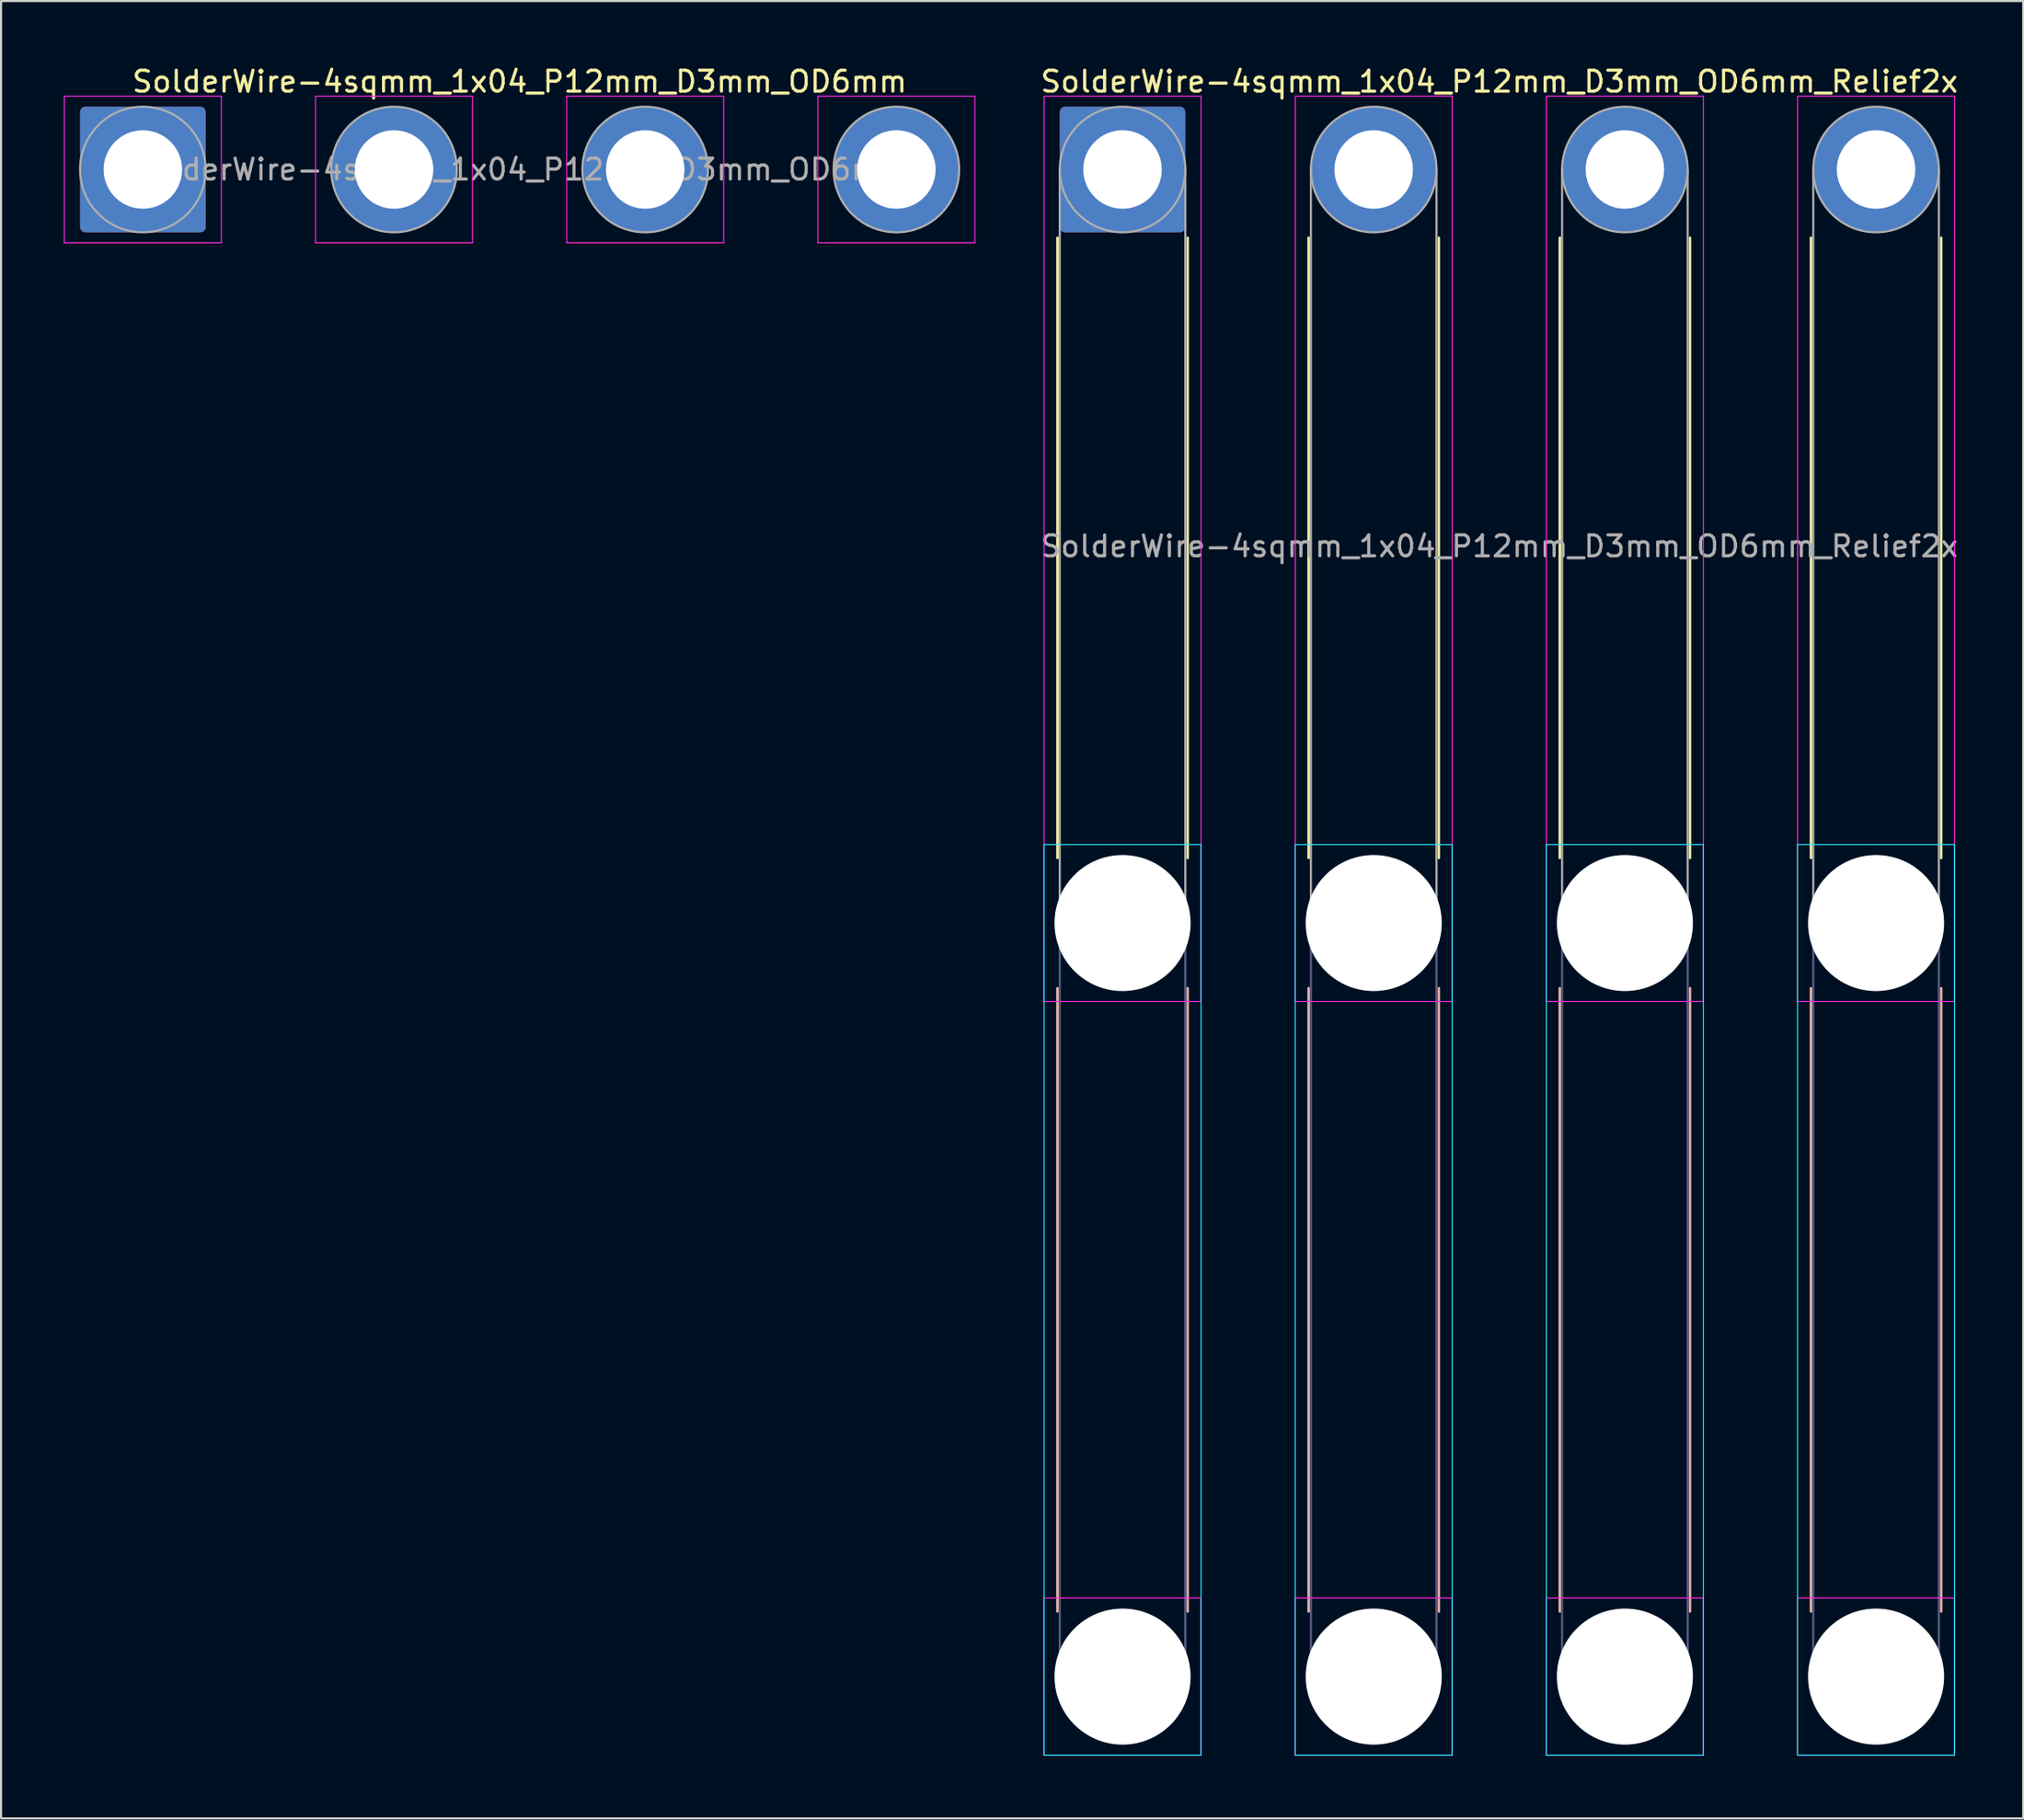
<source format=kicad_pcb>
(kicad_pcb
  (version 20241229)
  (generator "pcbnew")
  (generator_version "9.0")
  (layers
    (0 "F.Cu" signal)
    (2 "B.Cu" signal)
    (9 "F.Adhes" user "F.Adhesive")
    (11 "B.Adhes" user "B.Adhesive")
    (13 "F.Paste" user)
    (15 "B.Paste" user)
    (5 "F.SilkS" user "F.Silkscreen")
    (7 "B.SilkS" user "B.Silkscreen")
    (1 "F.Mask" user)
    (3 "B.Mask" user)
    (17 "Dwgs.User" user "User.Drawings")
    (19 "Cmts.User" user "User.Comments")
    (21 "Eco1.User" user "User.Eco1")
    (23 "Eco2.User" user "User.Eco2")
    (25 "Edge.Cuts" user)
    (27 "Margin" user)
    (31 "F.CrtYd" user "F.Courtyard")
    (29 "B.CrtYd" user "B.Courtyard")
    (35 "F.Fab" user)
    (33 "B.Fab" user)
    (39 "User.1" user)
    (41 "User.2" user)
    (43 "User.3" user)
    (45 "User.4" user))
  (footprint "SolderWire-4sqmm_1x04_P12mm_D3mm_OD6mm"
    (layer "F.Cu")
    (at 3.775 5.048)
    (property "Reference" "SolderWire-4sqmm_1x04_P12mm_D3mm_OD6mm" (at 18 -4.2 0) (layer "F.SilkS") (effects (font (size 1 1) (thickness 0.15))))
    (attr exclude_from_pos_files exclude_from_bom)
    (fp_line (start -3.75 -3.5) (end -3.75 3.5) (stroke (width 0.05) (type solid)) (layer "F.CrtYd"))
    (fp_line (start -3.75 3.5) (end 3.75 3.5) (stroke (width 0.05) (type solid)) (layer "F.CrtYd"))
    (fp_line (start 3.75 -3.5) (end -3.75 -3.5) (stroke (width 0.05) (type solid)) (layer "F.CrtYd"))
    (fp_line (start 3.75 3.5) (end 3.75 -3.5) (stroke (width 0.05) (type solid)) (layer "F.CrtYd"))
    (fp_line (start 8.25 -3.5) (end 8.25 3.5) (stroke (width 0.05) (type solid)) (layer "F.CrtYd"))
    (fp_line (start 8.25 3.5) (end 15.75 3.5) (stroke (width 0.05) (type solid)) (layer "F.CrtYd"))
    (fp_line (start 15.75 -3.5) (end 8.25 -3.5) (stroke (width 0.05) (type solid)) (layer "F.CrtYd"))
    (fp_line (start 15.75 3.5) (end 15.75 -3.5) (stroke (width 0.05) (type solid)) (layer "F.CrtYd"))
    (fp_line (start 20.25 -3.5) (end 20.25 3.5) (stroke (width 0.05) (type solid)) (layer "F.CrtYd"))
    (fp_line (start 20.25 3.5) (end 27.75 3.5) (stroke (width 0.05) (type solid)) (layer "F.CrtYd"))
    (fp_line (start 27.75 -3.5) (end 20.25 -3.5) (stroke (width 0.05) (type solid)) (layer "F.CrtYd"))
    (fp_line (start 27.75 3.5) (end 27.75 -3.5) (stroke (width 0.05) (type solid)) (layer "F.CrtYd"))
    (fp_line (start 32.25 -3.5) (end 32.25 3.5) (stroke (width 0.05) (type solid)) (layer "F.CrtYd"))
    (fp_line (start 32.25 3.5) (end 39.75 3.5) (stroke (width 0.05) (type solid)) (layer "F.CrtYd"))
    (fp_line (start 39.75 -3.5) (end 32.25 -3.5) (stroke (width 0.05) (type solid)) (layer "F.CrtYd"))
    (fp_line (start 39.75 3.5) (end 39.75 -3.5) (stroke (width 0.05) (type solid)) (layer "F.CrtYd"))
    (fp_circle (center 0 0) (end 3 0) (stroke (width 0.1) (type solid)) (fill no) (layer "F.Fab"))
    (fp_circle (center 12 0) (end 15 0) (stroke (width 0.1) (type solid)) (fill no) (layer "F.Fab"))
    (fp_circle (center 24 0) (end 27 0) (stroke (width 0.1) (type solid)) (fill no) (layer "F.Fab"))
    (fp_circle (center 36 0) (end 39 0) (stroke (width 0.1) (type solid)) (fill no) (layer "F.Fab"))
    (fp_text user "${REFERENCE}" (at 18 0 0) (layer "F.Fab") (effects (font (size 1 1) (thickness 0.15))))
    (pad "1" thru_hole roundrect (at 0 0) (size 6 6) (drill 3.75) (layers "*.Cu" "*.Mask") (roundrect_rratio 0.042))
    (pad "2" thru_hole circle (at 12 0) (size 6 6) (drill 3.75) (layers "*.Cu" "*.Mask"))
    (pad "3" thru_hole circle (at 24 0) (size 6 6) (drill 3.75) (layers "*.Cu" "*.Mask"))
    (pad "4" thru_hole circle (at 36 0) (size 6 6) (drill 3.75) (layers "*.Cu" "*.Mask")))
  (footprint "SolderWire-4sqmm_1x04_P12mm_D3mm_OD6mm_Relief2x"
    (layer "F.Cu")
    (at 50.58 5.048)
    (property "Reference" "SolderWire-4sqmm_1x04_P12mm_D3mm_OD6mm_Relief2x" (at 18 -4.2 0) (layer "F.SilkS") (effects (font (size 1 1) (thickness 0.15))))
    (attr exclude_from_pos_files exclude_from_bom)
    (fp_line (start -3.11 3.26) (end -3.11 32.89) (stroke (width 0.12) (type solid)) (layer "F.SilkS"))
    (fp_line (start 3.11 3.26) (end 3.11 32.89) (stroke (width 0.12) (type solid)) (layer "F.SilkS"))
    (fp_line (start 8.89 3.26) (end 8.89 32.89) (stroke (width 0.12) (type solid)) (layer "F.SilkS"))
    (fp_line (start 15.11 3.26) (end 15.11 32.89) (stroke (width 0.12) (type solid)) (layer "F.SilkS"))
    (fp_line (start 20.89 3.26) (end 20.89 32.89) (stroke (width 0.12) (type solid)) (layer "F.SilkS"))
    (fp_line (start 27.11 3.26) (end 27.11 32.89) (stroke (width 0.12) (type solid)) (layer "F.SilkS"))
    (fp_line (start 32.89 3.26) (end 32.89 32.89) (stroke (width 0.12) (type solid)) (layer "F.SilkS"))
    (fp_line (start 39.11 3.26) (end 39.11 32.89) (stroke (width 0.12) (type solid)) (layer "F.SilkS"))
    (fp_line (start -3.11 39.11) (end -3.11 68.89) (stroke (width 0.12) (type solid)) (layer "B.SilkS"))
    (fp_line (start 3.11 39.11) (end 3.11 68.89) (stroke (width 0.12) (type solid)) (layer "B.SilkS"))
    (fp_line (start 8.89 39.11) (end 8.89 68.89) (stroke (width 0.12) (type solid)) (layer "B.SilkS"))
    (fp_line (start 15.11 39.11) (end 15.11 68.89) (stroke (width 0.12) (type solid)) (layer "B.SilkS"))
    (fp_line (start 20.89 39.11) (end 20.89 68.89) (stroke (width 0.12) (type solid)) (layer "B.SilkS"))
    (fp_line (start 27.11 39.11) (end 27.11 68.89) (stroke (width 0.12) (type solid)) (layer "B.SilkS"))
    (fp_line (start 32.89 39.11) (end 32.89 68.89) (stroke (width 0.12) (type solid)) (layer "B.SilkS"))
    (fp_line (start 39.11 39.11) (end 39.11 68.89) (stroke (width 0.12) (type solid)) (layer "B.SilkS"))
    (fp_line (start -3.75 32.25) (end -3.75 75.75) (stroke (width 0.05) (type solid)) (layer "B.CrtYd"))
    (fp_line (start -3.75 75.75) (end 3.75 75.75) (stroke (width 0.05) (type solid)) (layer "B.CrtYd"))
    (fp_line (start 3.75 32.25) (end -3.75 32.25) (stroke (width 0.05) (type solid)) (layer "B.CrtYd"))
    (fp_line (start 3.75 75.75) (end 3.75 32.25) (stroke (width 0.05) (type solid)) (layer "B.CrtYd"))
    (fp_line (start 8.25 32.25) (end 8.25 75.75) (stroke (width 0.05) (type solid)) (layer "B.CrtYd"))
    (fp_line (start 8.25 75.75) (end 15.75 75.75) (stroke (width 0.05) (type solid)) (layer "B.CrtYd"))
    (fp_line (start 15.75 32.25) (end 8.25 32.25) (stroke (width 0.05) (type solid)) (layer "B.CrtYd"))
    (fp_line (start 15.75 75.75) (end 15.75 32.25) (stroke (width 0.05) (type solid)) (layer "B.CrtYd"))
    (fp_line (start 20.25 32.25) (end 20.25 75.75) (stroke (width 0.05) (type solid)) (layer "B.CrtYd"))
    (fp_line (start 20.25 75.75) (end 27.75 75.75) (stroke (width 0.05) (type solid)) (layer "B.CrtYd"))
    (fp_line (start 27.75 32.25) (end 20.25 32.25) (stroke (width 0.05) (type solid)) (layer "B.CrtYd"))
    (fp_line (start 27.75 75.75) (end 27.75 32.25) (stroke (width 0.05) (type solid)) (layer "B.CrtYd"))
    (fp_line (start 32.25 32.25) (end 32.25 75.75) (stroke (width 0.05) (type solid)) (layer "B.CrtYd"))
    (fp_line (start 32.25 75.75) (end 39.75 75.75) (stroke (width 0.05) (type solid)) (layer "B.CrtYd"))
    (fp_line (start 39.75 32.25) (end 32.25 32.25) (stroke (width 0.05) (type solid)) (layer "B.CrtYd"))
    (fp_line (start 39.75 75.75) (end 39.75 32.25) (stroke (width 0.05) (type solid)) (layer "B.CrtYd"))
    (fp_line (start -3.75 -3.5) (end -3.75 39.75) (stroke (width 0.05) (type solid)) (layer "F.CrtYd"))
    (fp_line (start -3.75 39.75) (end 3.75 39.75) (stroke (width 0.05) (type solid)) (layer "F.CrtYd"))
    (fp_line (start -3.75 68.25) (end -3.75 75.75) (stroke (width 0.05) (type solid)) (layer "F.CrtYd"))
    (fp_line (start -3.75 75.75) (end 3.75 75.75) (stroke (width 0.05) (type solid)) (layer "F.CrtYd"))
    (fp_line (start 3.75 -3.5) (end -3.75 -3.5) (stroke (width 0.05) (type solid)) (layer "F.CrtYd"))
    (fp_line (start 3.75 39.75) (end 3.75 -3.5) (stroke (width 0.05) (type solid)) (layer "F.CrtYd"))
    (fp_line (start 3.75 68.25) (end -3.75 68.25) (stroke (width 0.05) (type solid)) (layer "F.CrtYd"))
    (fp_line (start 3.75 75.75) (end 3.75 68.25) (stroke (width 0.05) (type solid)) (layer "F.CrtYd"))
    (fp_line (start 8.25 -3.5) (end 8.25 39.75) (stroke (width 0.05) (type solid)) (layer "F.CrtYd"))
    (fp_line (start 8.25 39.75) (end 15.75 39.75) (stroke (width 0.05) (type solid)) (layer "F.CrtYd"))
    (fp_line (start 8.25 68.25) (end 8.25 75.75) (stroke (width 0.05) (type solid)) (layer "F.CrtYd"))
    (fp_line (start 8.25 75.75) (end 15.75 75.75) (stroke (width 0.05) (type solid)) (layer "F.CrtYd"))
    (fp_line (start 15.75 -3.5) (end 8.25 -3.5) (stroke (width 0.05) (type solid)) (layer "F.CrtYd"))
    (fp_line (start 15.75 39.75) (end 15.75 -3.5) (stroke (width 0.05) (type solid)) (layer "F.CrtYd"))
    (fp_line (start 15.75 68.25) (end 8.25 68.25) (stroke (width 0.05) (type solid)) (layer "F.CrtYd"))
    (fp_line (start 15.75 75.75) (end 15.75 68.25) (stroke (width 0.05) (type solid)) (layer "F.CrtYd"))
    (fp_line (start 20.25 -3.5) (end 20.25 39.75) (stroke (width 0.05) (type solid)) (layer "F.CrtYd"))
    (fp_line (start 20.25 39.75) (end 27.75 39.75) (stroke (width 0.05) (type solid)) (layer "F.CrtYd"))
    (fp_line (start 20.25 68.25) (end 20.25 75.75) (stroke (width 0.05) (type solid)) (layer "F.CrtYd"))
    (fp_line (start 20.25 75.75) (end 27.75 75.75) (stroke (width 0.05) (type solid)) (layer "F.CrtYd"))
    (fp_line (start 27.75 -3.5) (end 20.25 -3.5) (stroke (width 0.05) (type solid)) (layer "F.CrtYd"))
    (fp_line (start 27.75 39.75) (end 27.75 -3.5) (stroke (width 0.05) (type solid)) (layer "F.CrtYd"))
    (fp_line (start 27.75 68.25) (end 20.25 68.25) (stroke (width 0.05) (type solid)) (layer "F.CrtYd"))
    (fp_line (start 27.75 75.75) (end 27.75 68.25) (stroke (width 0.05) (type solid)) (layer "F.CrtYd"))
    (fp_line (start 32.25 -3.5) (end 32.25 39.75) (stroke (width 0.05) (type solid)) (layer "F.CrtYd"))
    (fp_line (start 32.25 39.75) (end 39.75 39.75) (stroke (width 0.05) (type solid)) (layer "F.CrtYd"))
    (fp_line (start 32.25 68.25) (end 32.25 75.75) (stroke (width 0.05) (type solid)) (layer "F.CrtYd"))
    (fp_line (start 32.25 75.75) (end 39.75 75.75) (stroke (width 0.05) (type solid)) (layer "F.CrtYd"))
    (fp_line (start 39.75 -3.5) (end 32.25 -3.5) (stroke (width 0.05) (type solid)) (layer "F.CrtYd"))
    (fp_line (start 39.75 39.75) (end 39.75 -3.5) (stroke (width 0.05) (type solid)) (layer "F.CrtYd"))
    (fp_line (start 39.75 68.25) (end 32.25 68.25) (stroke (width 0.05) (type solid)) (layer "F.CrtYd"))
    (fp_line (start 39.75 75.75) (end 39.75 68.25) (stroke (width 0.05) (type solid)) (layer "F.CrtYd"))
    (fp_line (start -3 36) (end -3 72) (stroke (width 0.1) (type solid)) (layer "B.Fab"))
    (fp_line (start 3 36) (end 3 72) (stroke (width 0.1) (type solid)) (layer "B.Fab"))
    (fp_line (start 9 36) (end 9 72) (stroke (width 0.1) (type solid)) (layer "B.Fab"))
    (fp_line (start 15 36) (end 15 72) (stroke (width 0.1) (type solid)) (layer "B.Fab"))
    (fp_line (start 21 36) (end 21 72) (stroke (width 0.1) (type solid)) (layer "B.Fab"))
    (fp_line (start 27 36) (end 27 72) (stroke (width 0.1) (type solid)) (layer "B.Fab"))
    (fp_line (start 33 36) (end 33 72) (stroke (width 0.1) (type solid)) (layer "B.Fab"))
    (fp_line (start 39 36) (end 39 72) (stroke (width 0.1) (type solid)) (layer "B.Fab"))
    (fp_circle (center 0 36) (end 3 36) (stroke (width 0.1) (type solid)) (fill no) (layer "B.Fab"))
    (fp_circle (center 0 72) (end 3 72) (stroke (width 0.1) (type solid)) (fill no) (layer "B.Fab"))
    (fp_circle (center 12 36) (end 15 36) (stroke (width 0.1) (type solid)) (fill no) (layer "B.Fab"))
    (fp_circle (center 12 72) (end 15 72) (stroke (width 0.1) (type solid)) (fill no) (layer "B.Fab"))
    (fp_circle (center 24 36) (end 27 36) (stroke (width 0.1) (type solid)) (fill no) (layer "B.Fab"))
    (fp_circle (center 24 72) (end 27 72) (stroke (width 0.1) (type solid)) (fill no) (layer "B.Fab"))
    (fp_circle (center 36 36) (end 39 36) (stroke (width 0.1) (type solid)) (fill no) (layer "B.Fab"))
    (fp_circle (center 36 72) (end 39 72) (stroke (width 0.1) (type solid)) (fill no) (layer "B.Fab"))
    (fp_line (start -3 0) (end -3 36) (stroke (width 0.1) (type solid)) (layer "F.Fab"))
    (fp_line (start 3 0) (end 3 36) (stroke (width 0.1) (type solid)) (layer "F.Fab"))
    (fp_line (start 9 0) (end 9 36) (stroke (width 0.1) (type solid)) (layer "F.Fab"))
    (fp_line (start 15 0) (end 15 36) (stroke (width 0.1) (type solid)) (layer "F.Fab"))
    (fp_line (start 21 0) (end 21 36) (stroke (width 0.1) (type solid)) (layer "F.Fab"))
    (fp_line (start 27 0) (end 27 36) (stroke (width 0.1) (type solid)) (layer "F.Fab"))
    (fp_line (start 33 0) (end 33 36) (stroke (width 0.1) (type solid)) (layer "F.Fab"))
    (fp_line (start 39 0) (end 39 36) (stroke (width 0.1) (type solid)) (layer "F.Fab"))
    (fp_circle (center 0 0) (end 3 0) (stroke (width 0.1) (type solid)) (fill no) (layer "F.Fab"))
    (fp_circle (center 0 36) (end 3 36) (stroke (width 0.1) (type solid)) (fill no) (layer "F.Fab"))
    (fp_circle (center 0 72) (end 3 72) (stroke (width 0.1) (type solid)) (fill no) (layer "F.Fab"))
    (fp_circle (center 12 0) (end 15 0) (stroke (width 0.1) (type solid)) (fill no) (layer "F.Fab"))
    (fp_circle (center 12 36) (end 15 36) (stroke (width 0.1) (type solid)) (fill no) (layer "F.Fab"))
    (fp_circle (center 12 72) (end 15 72) (stroke (width 0.1) (type solid)) (fill no) (layer "F.Fab"))
    (fp_circle (center 24 0) (end 27 0) (stroke (width 0.1) (type solid)) (fill no) (layer "F.Fab"))
    (fp_circle (center 24 36) (end 27 36) (stroke (width 0.1) (type solid)) (fill no) (layer "F.Fab"))
    (fp_circle (center 24 72) (end 27 72) (stroke (width 0.1) (type solid)) (fill no) (layer "F.Fab"))
    (fp_circle (center 36 0) (end 39 0) (stroke (width 0.1) (type solid)) (fill no) (layer "F.Fab"))
    (fp_circle (center 36 36) (end 39 36) (stroke (width 0.1) (type solid)) (fill no) (layer "F.Fab"))
    (fp_circle (center 36 72) (end 39 72) (stroke (width 0.1) (type solid)) (fill no) (layer "F.Fab"))
    (fp_text user "${REFERENCE}" (at 18 18 0) (layer "F.Fab") (effects (font (size 1 1) (thickness 0.15))))
    (pad "" np_thru_hole circle (at 0 36) (size 6.5 6.5) (drill 6.5) (layers "*.Cu" "*.Mask"))
    (pad "" np_thru_hole circle (at 0 72) (size 6.5 6.5) (drill 6.5) (layers "*.Cu" "*.Mask"))
    (pad "" np_thru_hole circle (at 12 36) (size 6.5 6.5) (drill 6.5) (layers "*.Cu" "*.Mask"))
    (pad "" np_thru_hole circle (at 12 72) (size 6.5 6.5) (drill 6.5) (layers "*.Cu" "*.Mask"))
    (pad "" np_thru_hole circle (at 24 36) (size 6.5 6.5) (drill 6.5) (layers "*.Cu" "*.Mask"))
    (pad "" np_thru_hole circle (at 24 72) (size 6.5 6.5) (drill 6.5) (layers "*.Cu" "*.Mask"))
    (pad "" np_thru_hole circle (at 36 36) (size 6.5 6.5) (drill 6.5) (layers "*.Cu" "*.Mask"))
    (pad "" np_thru_hole circle (at 36 72) (size 6.5 6.5) (drill 6.5) (layers "*.Cu" "*.Mask"))
    (pad "1" thru_hole roundrect (at 0 0) (size 6 6) (drill 3.75) (layers "*.Cu" "*.Mask") (roundrect_rratio 0.042))
    (pad "2" thru_hole circle (at 12 0) (size 6 6) (drill 3.75) (layers "*.Cu" "*.Mask"))
    (pad "3" thru_hole circle (at 24 0) (size 6 6) (drill 3.75) (layers "*.Cu" "*.Mask"))
    (pad "4" thru_hole circle (at 36 0) (size 6 6) (drill 3.75) (layers "*.Cu" "*.Mask")))
  (gr_rect
    (start -3 -3)
    (end 93.61 83.823)
    (stroke (width 0.1) (type default))
    (fill no)
    (layer "Edge.Cuts")))
</source>
